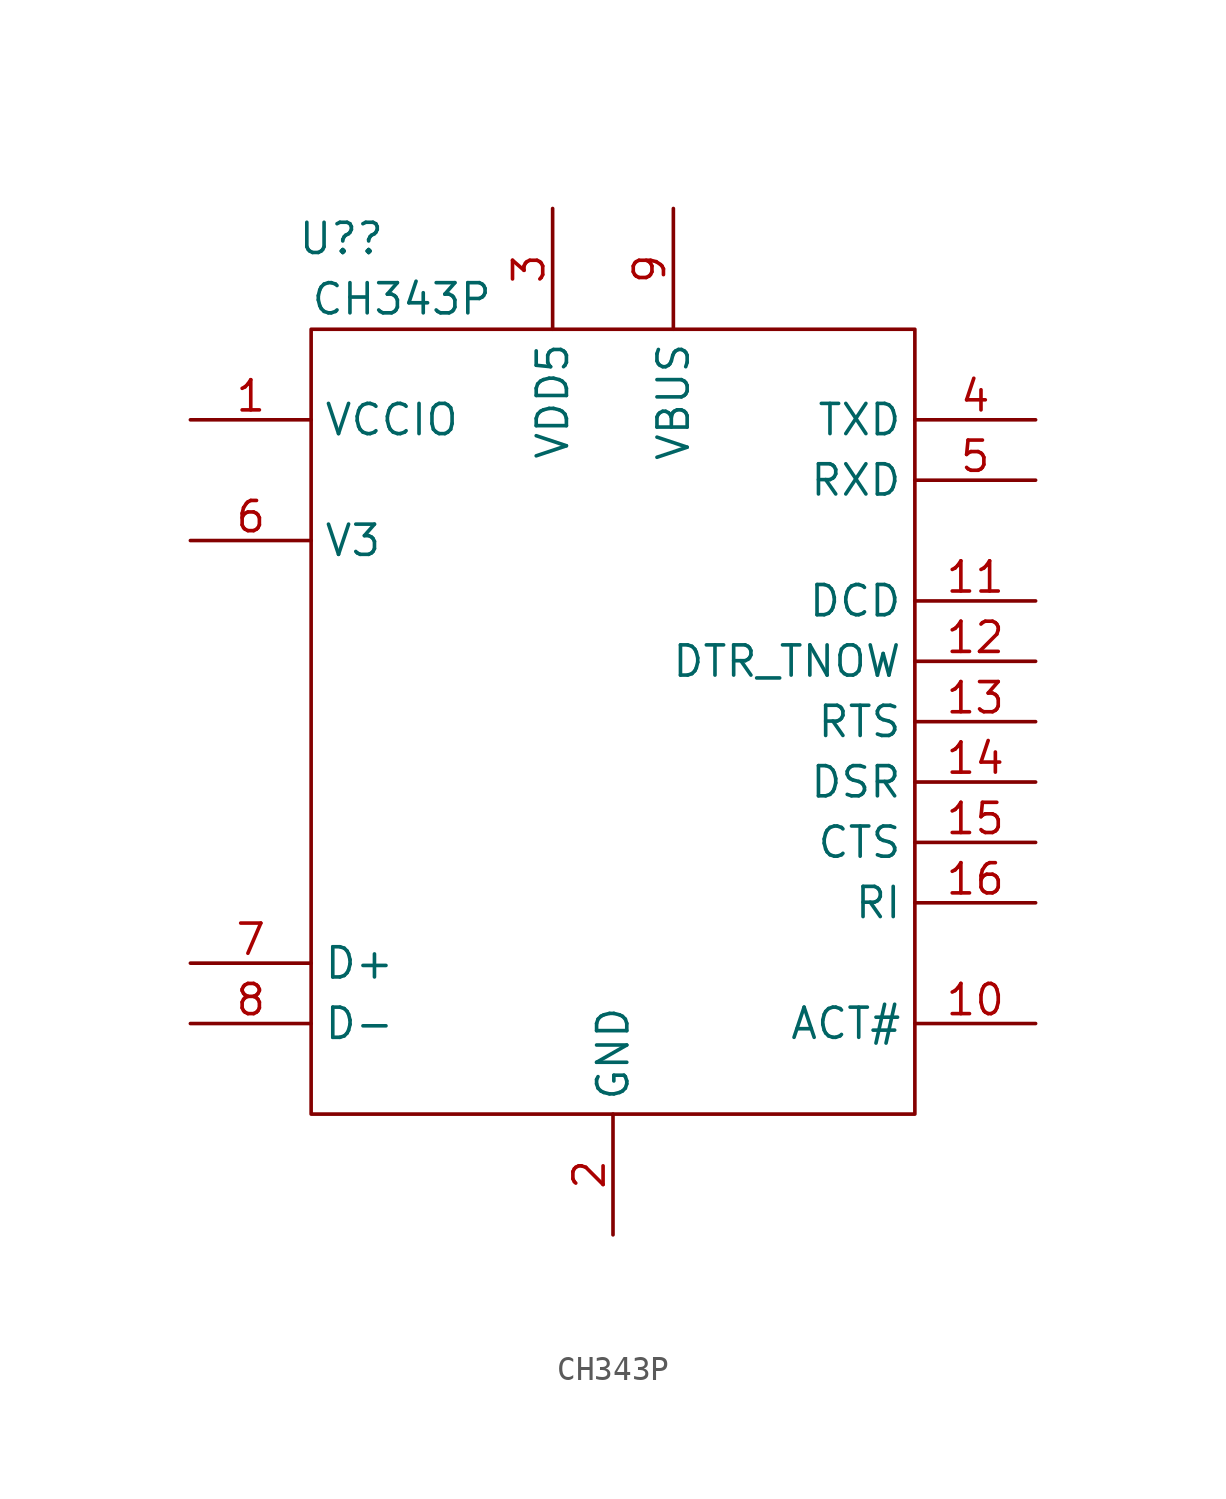
<source format=kicad_sym>
(kicad_symbol_lib
  (version 20220914)
  (generator kicad_symbol_editor)
  (symbol "CH343P"
    (property "Reference" "U?"
      (at -11.43 20.32 0)
      (effects (font (size 1.27 1.27))))
    (property "Value" "CH343P"
      (at -8.89 17.78 0)
      (effects (font (size 1.27 1.27))))
    (symbol "CH343P_0_1"
      (rectangle (start -12.7 16.51) (end 12.7 -16.51) (stroke (width 0) (type default)) (fill (type none))))
    (symbol "CH343P_1_1"
      (pin passive line (at -17.78 12.7 0) (length 5.08) (name "VCCIO" (effects (font (size 1.27 1.27)))) (number "1" (effects (font (size 1.27 1.27)))))
      (pin passive line (at 17.78 -12.7 180) (length 5.08) (name "ACT#" (effects (font (size 1.27 1.27)))) (number "10" (effects (font (size 1.27 1.27)))))
      (pin input line (at 17.78 5.08 180) (length 5.08) (name "DCD" (effects (font (size 1.27 1.27)))) (number "11" (effects (font (size 1.27 1.27)))))
      (pin passive line (at 17.78 2.54 180) (length 5.08) (name "DTR_TNOW" (effects (font (size 1.27 1.27)))) (number "12" (effects (font (size 1.27 1.27)))))
      (pin output line (at 17.78 0 180) (length 5.08) (name "RTS" (effects (font (size 1.27 1.27)))) (number "13" (effects (font (size 1.27 1.27)))))
      (pin input line (at 17.78 -2.54 180) (length 5.08) (name "DSR" (effects (font (size 1.27 1.27)))) (number "14" (effects (font (size 1.27 1.27)))))
      (pin input line (at 17.78 -5.08 180) (length 5.08) (name "CTS" (effects (font (size 1.27 1.27)))) (number "15" (effects (font (size 1.27 1.27)))))
      (pin input line (at 17.78 -7.62 180) (length 5.08) (name "RI" (effects (font (size 1.27 1.27)))) (number "16" (effects (font (size 1.27 1.27)))))
      (pin power_in line (at 0 -21.59 90) (length 5.08) hide (name "GND" (effects (font (size 1.27 1.27)))) (number "17" (effects (font (size 1.27 1.27)))))
      (pin power_in line (at 0 -21.59 90) (length 5.08) (name "GND" (effects (font (size 1.27 1.27)))) (number "2" (effects (font (size 1.27 1.27)))))
      (pin power_in line (at -2.54 21.59 270) (length 5.08) (name "VDD5" (effects (font (size 1.27 1.27)))) (number "3" (effects (font (size 1.27 1.27)))))
      (pin output line (at 17.78 12.7 180) (length 5.08) (name "TXD" (effects (font (size 1.27 1.27)))) (number "4" (effects (font (size 1.27 1.27)))))
      (pin input line (at 17.78 10.16 180) (length 5.08) (name "RXD" (effects (font (size 1.27 1.27)))) (number "5" (effects (font (size 1.27 1.27)))))
      (pin passive line (at -17.78 7.62 0) (length 5.08) (name "V3" (effects (font (size 1.27 1.27)))) (number "6" (effects (font (size 1.27 1.27)))))
      (pin passive line (at -17.78 -10.16 0) (length 5.08) (name "D+" (effects (font (size 1.27 1.27)))) (number "7" (effects (font (size 1.27 1.27)))))
      (pin passive line (at -17.78 -12.7 0) (length 5.08) (name "D-" (effects (font (size 1.27 1.27)))) (number "8" (effects (font (size 1.27 1.27)))))
      (pin passive line (at 2.54 21.59 270) (length 5.08) (name "VBUS" (effects (font (size 1.27 1.27)))) (number "9" (effects (font (size 1.27 1.27))))))))
</source>
